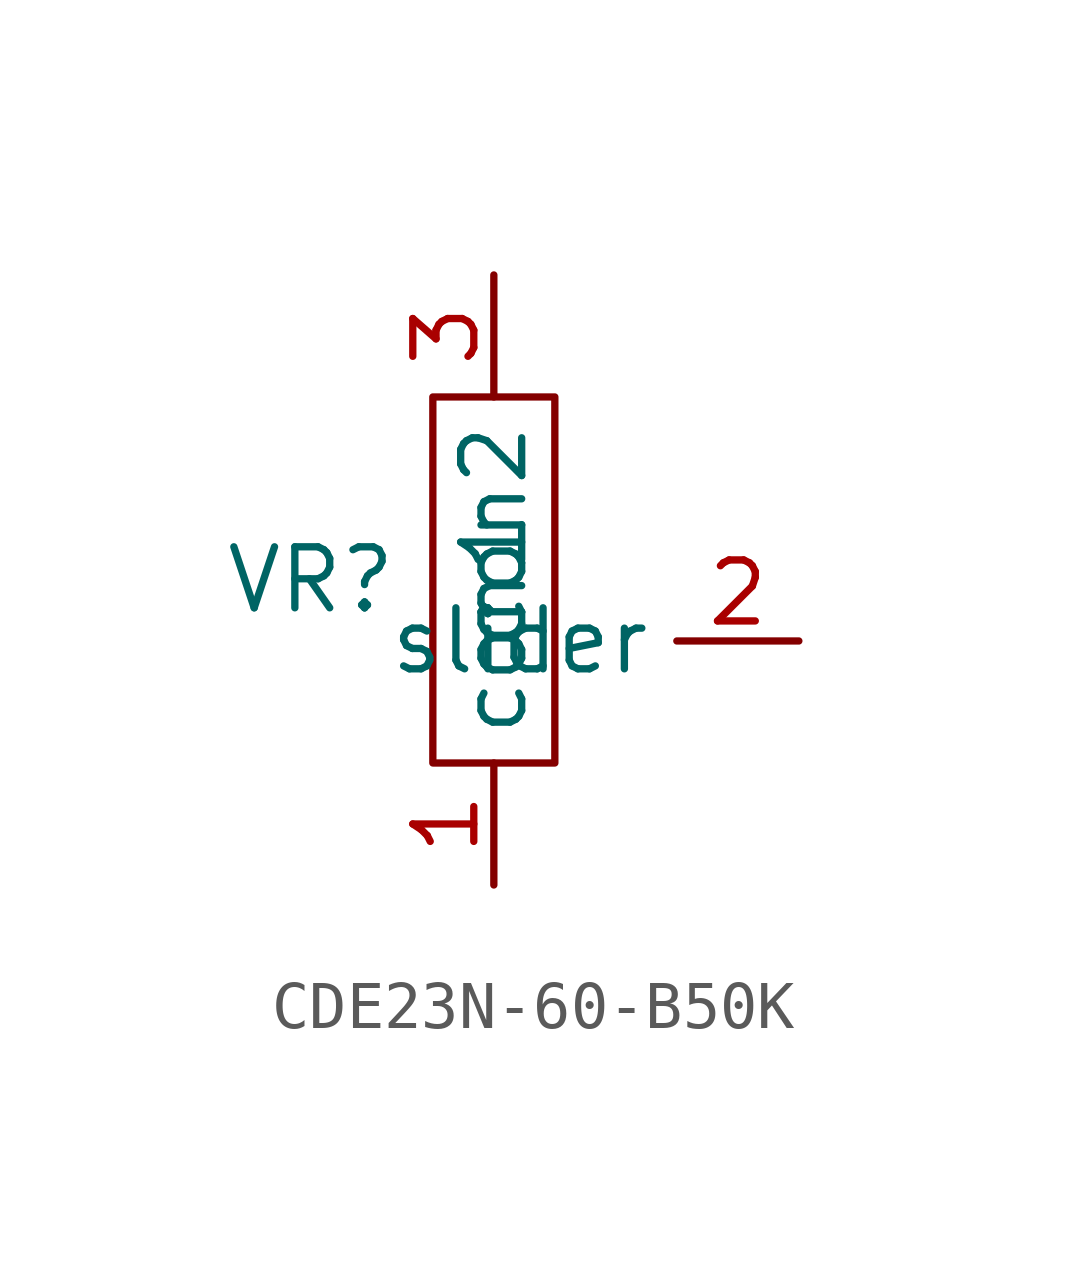
<source format=kicad_sym>
(kicad_symbol_lib
  (version 20220914)
  (generator kicad_symbol_editor)
  (symbol "CDE23N-60-B50K"
    (property "Reference" "VR"
      (at -3.81 1.27 0)
      (effects (font (size 1.27 1.27))))
    (property "Value" ""
      (at 0 0 0)
      (effects (font (size 1.27 1.27))))
    (symbol "CDE23N-60-B50K_0_0"
      (pin passive line (at 0 -5.08 90) (length 2.54) (name "con1" (effects (font (size 1.27 1.27)))) (number "1" (effects (font (size 1.27 1.27)))))
      (pin passive line (at 0 7.62 270) (length 2.54) (name "con2" (effects (font (size 1.27 1.27)))) (number "3" (effects (font (size 1.27 1.27))))))
    (symbol "CDE23N-60-B50K_0_1"
      (rectangle (start -1.27 5.08) (end 1.27 -2.54) (stroke (width 0) (type default)) (fill (type none))))
    (symbol "CDE23N-60-B50K_1_0"
      (pin bidirectional line (at 6.35 0 180) (length 2.54) (name "slider" (effects (font (size 1.27 1.27)))) (number "2" (effects (font (size 1.27 1.27))))))))
</source>
